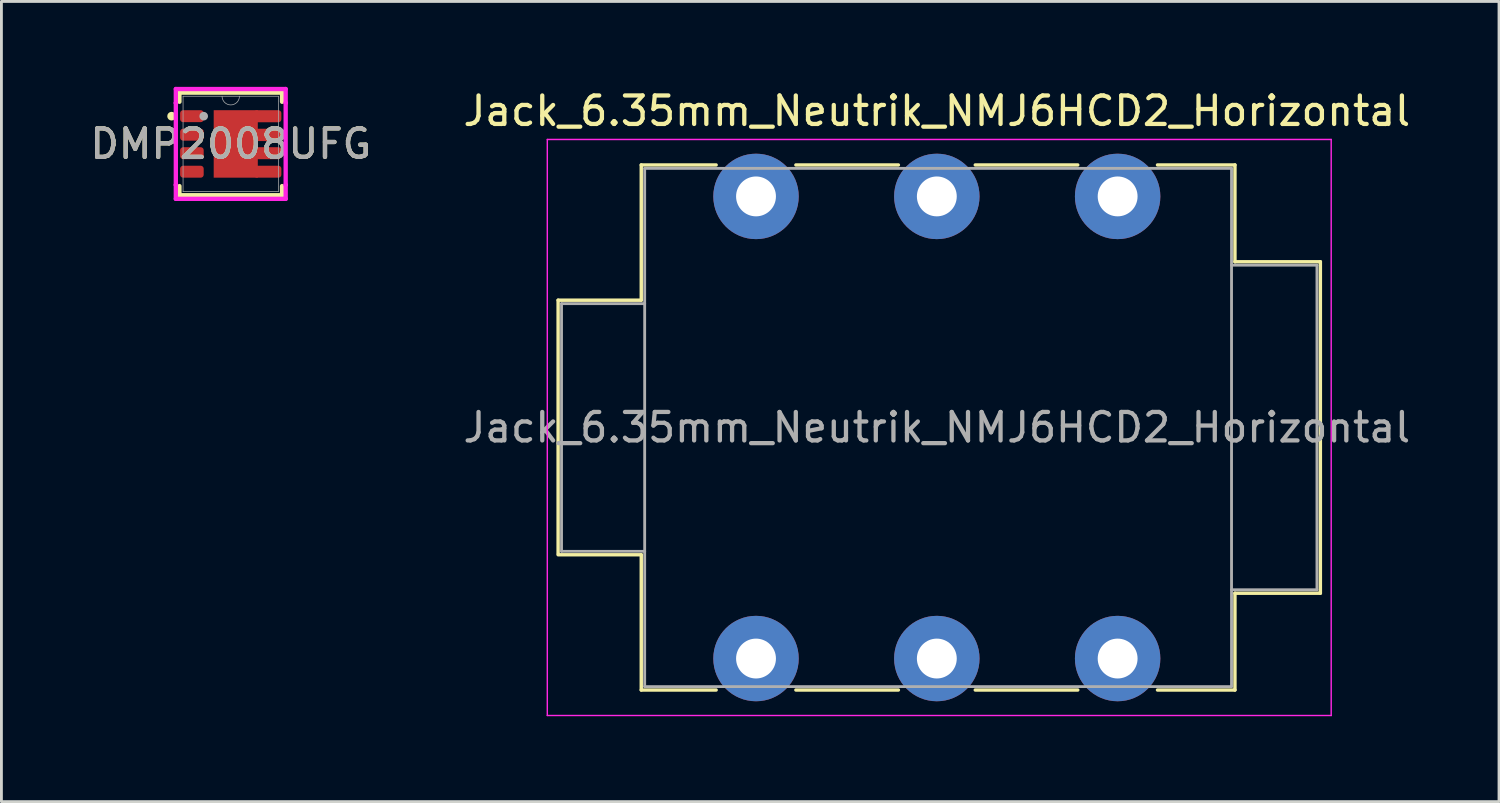
<source format=kicad_pcb>
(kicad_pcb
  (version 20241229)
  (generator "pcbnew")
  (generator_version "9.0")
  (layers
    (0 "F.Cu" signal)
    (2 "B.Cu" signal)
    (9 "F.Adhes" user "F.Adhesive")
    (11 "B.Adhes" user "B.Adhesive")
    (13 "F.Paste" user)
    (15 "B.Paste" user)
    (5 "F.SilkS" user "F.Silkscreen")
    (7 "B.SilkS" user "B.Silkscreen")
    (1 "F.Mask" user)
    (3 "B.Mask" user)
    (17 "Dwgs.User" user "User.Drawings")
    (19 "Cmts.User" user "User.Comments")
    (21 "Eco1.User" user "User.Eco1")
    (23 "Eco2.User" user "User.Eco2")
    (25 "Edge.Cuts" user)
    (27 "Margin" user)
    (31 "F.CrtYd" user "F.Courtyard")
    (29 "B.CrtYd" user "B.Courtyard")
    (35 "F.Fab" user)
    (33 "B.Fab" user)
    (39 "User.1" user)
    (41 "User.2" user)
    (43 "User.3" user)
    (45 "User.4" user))
  (footprint "Jack_6.35mm_Neutrik_NMJ6HCD2_Horizontal"
    (layer "F.Cu")
    (at 23.501 3.848)
    (property "Reference" "Jack_6.35mm_Neutrik_NMJ6HCD2_Horizontal" (at 6.35 -3 0) (layer "F.SilkS") (effects (font (size 1 1) (thickness 0.15))))
    (attr through_hole)
    (fp_line (start -6.95 3.645) (end -4.03 3.645) (stroke (width 0.12) (type solid)) (layer "F.SilkS"))
    (fp_line (start -6.95 12.545) (end -6.95 3.645) (stroke (width 0.12) (type solid)) (layer "F.SilkS"))
    (fp_line (start -6.95 12.585) (end -4.03 12.585) (stroke (width 0.12) (type solid)) (layer "F.SilkS"))
    (fp_line (start -4.03 -1.105) (end -1.4 -1.105) (stroke (width 0.12) (type solid)) (layer "F.SilkS"))
    (fp_line (start -4.03 3.645) (end -4.03 -1.105) (stroke (width 0.12) (type solid)) (layer "F.SilkS"))
    (fp_line (start -4.03 17.335) (end -4.03 12.585) (stroke (width 0.12) (type solid)) (layer "F.SilkS"))
    (fp_line (start -1.4 17.335) (end -4.03 17.335) (stroke (width 0.12) (type solid)) (layer "F.SilkS"))
    (fp_line (start 1.4 -1.105) (end 5 -1.105) (stroke (width 0.12) (type solid)) (layer "F.SilkS"))
    (fp_line (start 5 17.335) (end 1.4 17.335) (stroke (width 0.12) (type solid)) (layer "F.SilkS"))
    (fp_line (start 7.7 -1.105) (end 11.3 -1.105) (stroke (width 0.12) (type solid)) (layer "F.SilkS"))
    (fp_line (start 11.3 17.335) (end 7.7 17.335) (stroke (width 0.12) (type solid)) (layer "F.SilkS"))
    (fp_line (start 16.82 -1.105) (end 14.1 -1.105) (stroke (width 0.12) (type solid)) (layer "F.SilkS"))
    (fp_line (start 16.82 2.295) (end 16.82 -1.105) (stroke (width 0.12) (type solid)) (layer "F.SilkS"))
    (fp_line (start 16.82 2.295) (end 19.82 2.295) (stroke (width 0.12) (type solid)) (layer "F.SilkS"))
    (fp_line (start 16.82 13.935) (end 19.82 13.935) (stroke (width 0.12) (type solid)) (layer "F.SilkS"))
    (fp_line (start 16.82 17.335) (end 14.1 17.335) (stroke (width 0.12) (type solid)) (layer "F.SilkS"))
    (fp_line (start 16.82 17.335) (end 16.82 13.935) (stroke (width 0.12) (type solid)) (layer "F.SilkS"))
    (fp_line (start 19.82 13.935) (end 19.82 2.295) (stroke (width 0.12) (type solid)) (layer "F.SilkS"))
    (fp_line (start -7.33 18.23) (end -7.33 -2) (stroke (width 0.05) (type solid)) (layer "F.CrtYd"))
    (fp_line (start -7.33 18.23) (end 20.2 18.23) (stroke (width 0.05) (type solid)) (layer "F.CrtYd"))
    (fp_line (start 20.2 -2) (end -7.33 -2) (stroke (width 0.05) (type solid)) (layer "F.CrtYd"))
    (fp_line (start 20.2 18.23) (end 20.2 -2) (stroke (width 0.05) (type solid)) (layer "F.CrtYd"))
    (fp_line (start -6.83 3.765) (end -3.91 3.765) (stroke (width 0.1) (type solid)) (layer "F.Fab"))
    (fp_line (start -6.83 12.465) (end -6.83 3.765) (stroke (width 0.1) (type solid)) (layer "F.Fab"))
    (fp_line (start -6.83 12.465) (end -3.91 12.465) (stroke (width 0.1) (type solid)) (layer "F.Fab"))
    (fp_line (start -3.91 17.215) (end -3.91 -0.985) (stroke (width 0.1) (type solid)) (layer "F.Fab"))
    (fp_line (start 16.7 -0.985) (end -3.91 -0.985) (stroke (width 0.1) (type solid)) (layer "F.Fab"))
    (fp_line (start 16.7 17.215) (end -3.91 17.215) (stroke (width 0.1) (type solid)) (layer "F.Fab"))
    (fp_line (start 16.7 17.215) (end 16.7 -0.985) (stroke (width 0.1) (type solid)) (layer "F.Fab"))
    (fp_line (start 19.7 2.415) (end 16.7 2.415) (stroke (width 0.1) (type solid)) (layer "F.Fab"))
    (fp_line (start 19.7 13.815) (end 16.7 13.815) (stroke (width 0.1) (type solid)) (layer "F.Fab"))
    (fp_line (start 19.7 13.815) (end 19.7 2.415) (stroke (width 0.1) (type solid)) (layer "F.Fab"))
    (fp_text user "${REFERENCE}" (at 6.35 8.115 0) (layer "F.Fab") (effects (font (size 1 1) (thickness 0.15))))
    (pad "R" thru_hole circle (at 6.35 0) (size 3 3) (drill 1.4) (layers "*.Cu" "*.Mask"))
    (pad "RN" thru_hole circle (at 6.35 16.23) (size 3 3) (drill 1.4) (layers "*.Cu" "*.Mask"))
    (pad "S" thru_hole circle (at 12.7 0) (size 3 3) (drill 1.4) (layers "*.Cu" "*.Mask"))
    (pad "SN" thru_hole circle (at 12.7 16.23) (size 3 3) (drill 1.4) (layers "*.Cu" "*.Mask"))
    (pad "T" thru_hole circle (at 0 0) (size 3 3) (drill 1.4) (layers "*.Cu" "*.Mask"))
    (pad "TN" thru_hole circle (at 0 16.23) (size 3 3) (drill 1.4) (layers "*.Cu" "*.Mask")))
  (footprint "DMP2008UFG"
    (layer "F.Cu")
    (at 5.054 2.005)
    (property "Reference" "DMP2008UFG" (at 0 0 0) (unlocked yes) (layer "F.SilkS") (effects (font (size 1 1) (thickness 0.15))))
    (attr smd)
    (fp_poly (pts (xy -0.599 -1.185) (xy 0.95 -1.185) (xy 0.95 1.185) (xy -0.599 1.185)) (stroke (width 0) (type solid)) (fill yes) (layer "F.Cu"))
    (fp_poly (pts (xy -0.599 -1.185) (xy 0.95 -1.185) (xy 0.95 1.185) (xy -0.599 1.185)) (stroke (width 0) (type solid)) (fill yes) (layer "F.Mask"))
    (fp_line (start -1.802 -1.802) (end -1.802 -1.481) (stroke (width 0.152) (type solid)) (layer "F.SilkS"))
    (fp_line (start -1.802 1.481) (end -1.802 1.802) (stroke (width 0.152) (type solid)) (layer "F.SilkS"))
    (fp_line (start -1.802 1.802) (end 1.802 1.802) (stroke (width 0.152) (type solid)) (layer "F.SilkS"))
    (fp_line (start 1.802 -1.802) (end -1.802 -1.802) (stroke (width 0.152) (type solid)) (layer "F.SilkS"))
    (fp_line (start 1.802 -1.481) (end 1.802 -1.802) (stroke (width 0.152) (type solid)) (layer "F.SilkS"))
    (fp_line (start 1.802 1.802) (end 1.802 1.481) (stroke (width 0.152) (type solid)) (layer "F.SilkS"))
    (fp_circle (center -2.077 -0.975) (end -2 -0.975) (stroke (width 0.152) (type solid)) (fill no) (layer "F.SilkS"))
    (fp_line (start -1.929 -1.929) (end 1.929 -1.929) (stroke (width 0.152) (type solid)) (layer "F.CrtYd"))
    (fp_line (start -1.929 -1.439) (end -1.929 -1.929) (stroke (width 0.152) (type solid)) (layer "F.CrtYd"))
    (fp_line (start -1.929 -1.439) (end -1.929 -1.439) (stroke (width 0.152) (type solid)) (layer "F.CrtYd"))
    (fp_line (start -1.929 1.439) (end -1.929 -1.439) (stroke (width 0.152) (type solid)) (layer "F.CrtYd"))
    (fp_line (start -1.929 1.439) (end -1.929 1.439) (stroke (width 0.152) (type solid)) (layer "F.CrtYd"))
    (fp_line (start -1.929 1.929) (end -1.929 1.439) (stroke (width 0.152) (type solid)) (layer "F.CrtYd"))
    (fp_line (start 1.929 -1.929) (end 1.929 -1.439) (stroke (width 0.152) (type solid)) (layer "F.CrtYd"))
    (fp_line (start 1.929 -1.439) (end 1.929 -1.439) (stroke (width 0.152) (type solid)) (layer "F.CrtYd"))
    (fp_line (start 1.929 -1.439) (end 1.929 1.439) (stroke (width 0.152) (type solid)) (layer "F.CrtYd"))
    (fp_line (start 1.929 1.439) (end 1.929 1.439) (stroke (width 0.152) (type solid)) (layer "F.CrtYd"))
    (fp_line (start 1.929 1.439) (end 1.929 1.929) (stroke (width 0.152) (type solid)) (layer "F.CrtYd"))
    (fp_line (start 1.929 1.929) (end -1.929 1.929) (stroke (width 0.152) (type solid)) (layer "F.CrtYd"))
    (fp_line (start -1.675 -1.675) (end -1.675 1.675) (stroke (width 0.025) (type solid)) (layer "F.Fab"))
    (fp_line (start -1.675 1.675) (end 1.675 1.675) (stroke (width 0.025) (type solid)) (layer "F.Fab"))
    (fp_line (start 1.675 -1.675) (end -1.675 -1.675) (stroke (width 0.025) (type solid)) (layer "F.Fab"))
    (fp_line (start 1.675 1.675) (end 1.675 -1.675) (stroke (width 0.025) (type solid)) (layer "F.Fab"))
    (fp_arc (start 0.3048 -1.675) (mid 0 -1.3702) (end -0.3048 -1.675) (stroke (width 0.0254) (type solid)) (layer "F.Fab"))
    (fp_circle (center -0.95 -0.975) (end -0.95 -0.975) (stroke (width 0.152) (type solid)) (fill no) (layer "F.Fab"))
    (fp_text user "${REFERENCE}" (at 0 0 0) (unlocked yes) (layer "F.Fab") (effects (font (size 1 1) (thickness 0.15))))
    (pad "1" smd roundrect (at -1.364 -0.975) (size 0.828 0.42) (layers "F.Cu" "F.Mask" "F.Paste") (roundrect_rratio 0.25))
    (pad "2" smd roundrect (at -1.364 -0.325) (size 0.828 0.42) (layers "F.Cu" "F.Mask" "F.Paste") (roundrect_rratio 0.25))
    (pad "3" smd roundrect (at -1.364 0.325) (size 0.828 0.42) (layers "F.Cu" "F.Mask" "F.Paste") (roundrect_rratio 0.25))
    (pad "4" smd roundrect (at -1.364 0.975) (size 0.828 0.42) (layers "F.Cu" "F.Mask" "F.Paste") (roundrect_rratio 0.25))
    (pad "5" smd roundrect (at 1.295 0.975) (size 0.965 0.42) (layers "F.Cu" "F.Mask" "F.Paste") (roundrect_rratio 0.25))
    (pad "6" smd roundrect (at 1.295 0.325) (size 0.965 0.42) (layers "F.Cu" "F.Mask" "F.Paste") (roundrect_rratio 0.25))
    (pad "7" smd roundrect (at 1.295 -0.318) (size 0.965 0.433) (layers "F.Cu" "F.Mask" "F.Paste") (roundrect_rratio 0.25))
    (pad "8" smd roundrect (at 1.295 -0.973) (size 0.965 0.423) (layers "F.Cu" "F.Mask" "F.Paste") (roundrect_rratio 0.25)))
  (gr_rect
    (start -3 -3)
    (end 49.595 25.103)
    (stroke (width 0.1) (type default))
    (fill no)
    (layer "Edge.Cuts")))
</source>
